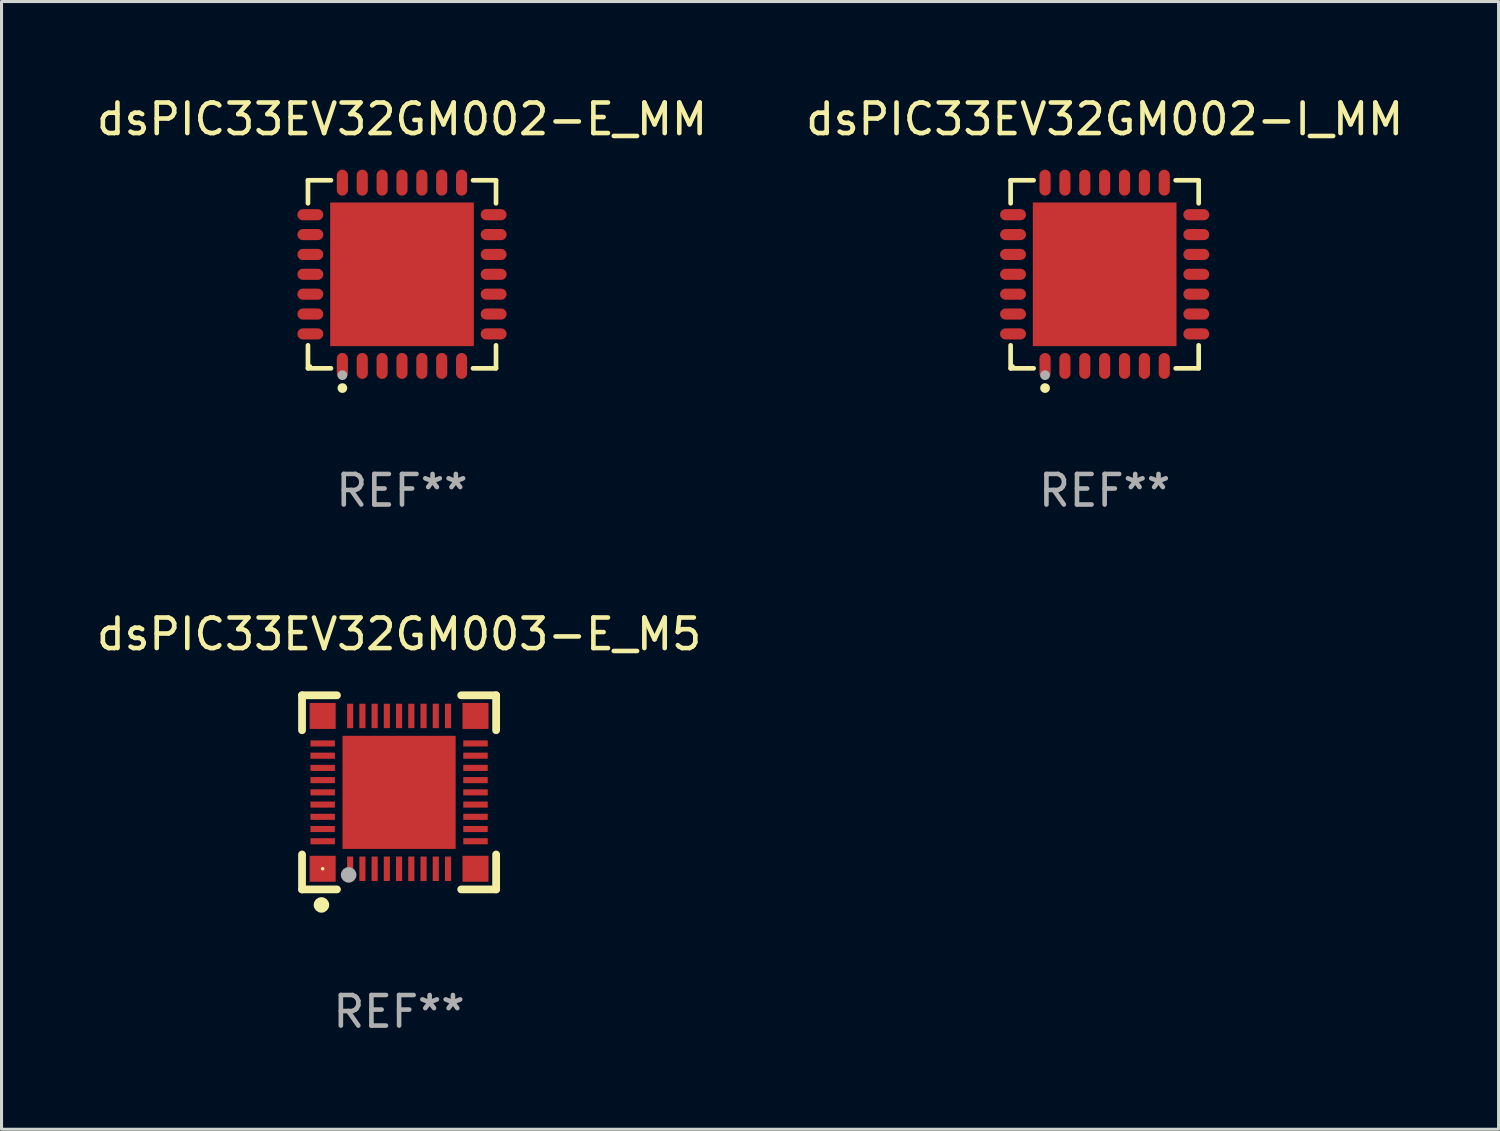
<source format=kicad_pcb>
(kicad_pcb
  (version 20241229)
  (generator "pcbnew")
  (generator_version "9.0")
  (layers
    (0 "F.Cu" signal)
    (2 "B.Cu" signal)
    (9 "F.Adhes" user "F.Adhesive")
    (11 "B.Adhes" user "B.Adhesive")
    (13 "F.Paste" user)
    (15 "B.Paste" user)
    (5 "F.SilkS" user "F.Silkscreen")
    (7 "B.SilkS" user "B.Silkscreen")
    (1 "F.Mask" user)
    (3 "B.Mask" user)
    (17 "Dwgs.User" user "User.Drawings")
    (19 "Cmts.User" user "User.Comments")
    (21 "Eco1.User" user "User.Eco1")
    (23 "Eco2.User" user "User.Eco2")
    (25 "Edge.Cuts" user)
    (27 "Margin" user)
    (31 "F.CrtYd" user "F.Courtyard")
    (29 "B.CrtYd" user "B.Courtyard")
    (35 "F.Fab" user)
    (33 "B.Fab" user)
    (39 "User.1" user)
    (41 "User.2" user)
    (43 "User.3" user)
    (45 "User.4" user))
  (footprint "dsPIC33EV32GM002-E_MM"
    (layer "F.Cu")
    (at 10.101 5.924)
    (property "Reference" "dsPIC33EV32GM002-E_MM" (at 0 -5.076 0) (layer "F.SilkS") (effects (font (size 1 1) (thickness 0.15))))
    (attr through_hole)
    (fp_line (start -3.076 -3.076) (end -2.323 -3.076) (stroke (width 0.152) (type solid)) (layer "F.SilkS"))
    (fp_line (start -3.076 -2.323) (end -3.076 -3.076) (stroke (width 0.152) (type solid)) (layer "F.SilkS"))
    (fp_line (start -3.076 2.323) (end -3.076 3.076) (stroke (width 0.152) (type solid)) (layer "F.SilkS"))
    (fp_line (start -3.076 3.076) (end -2.323 3.076) (stroke (width 0.152) (type solid)) (layer "F.SilkS"))
    (fp_line (start 3.076 -3.076) (end 2.323 -3.076) (stroke (width 0.152) (type solid)) (layer "F.SilkS"))
    (fp_line (start 3.076 -2.323) (end 3.076 -3.076) (stroke (width 0.152) (type solid)) (layer "F.SilkS"))
    (fp_line (start 3.076 2.323) (end 3.076 3.076) (stroke (width 0.152) (type solid)) (layer "F.SilkS"))
    (fp_line (start 3.076 3.076) (end 2.323 3.076) (stroke (width 0.152) (type solid)) (layer "F.SilkS"))
    (fp_circle (center -3 3) (end -2.97 3) (stroke (width 0.06) (type solid)) (fill no) (layer "F.SilkS"))
    (fp_circle (center -1.95 3.722) (end -1.87 3.722) (stroke (width 0.16) (type solid)) (fill no) (layer "F.SilkS"))
    (fp_circle (center -1.95 3.3) (end -1.87 3.3) (stroke (width 0.16) (type solid)) (fill no) (layer "F.Fab"))
    (fp_text user "REF**" (at 0 7.076 0) (layer "F.Fab") (effects (font (size 1 1) (thickness 0.15))))
    (pad "1" smd oval (at -1.95 2.998) (size 0.364 0.847) (layers "F.Cu" "F.Mask" "F.Paste"))
    (pad "2" smd oval (at -1.3 2.998) (size 0.364 0.847) (layers "F.Cu" "F.Mask" "F.Paste"))
    (pad "3" smd oval (at -0.65 2.998) (size 0.364 0.847) (layers "F.Cu" "F.Mask" "F.Paste"))
    (pad "4" smd oval (at 0 2.998) (size 0.364 0.847) (layers "F.Cu" "F.Mask" "F.Paste"))
    (pad "5" smd oval (at 0.65 2.998) (size 0.364 0.847) (layers "F.Cu" "F.Mask" "F.Paste"))
    (pad "6" smd oval (at 1.3 2.998) (size 0.364 0.847) (layers "F.Cu" "F.Mask" "F.Paste"))
    (pad "7" smd oval (at 1.95 2.998) (size 0.364 0.847) (layers "F.Cu" "F.Mask" "F.Paste"))
    (pad "8" smd oval (at 2.998 1.95) (size 0.847 0.364) (layers "F.Cu" "F.Mask" "F.Paste"))
    (pad "9" smd oval (at 2.998 1.3) (size 0.847 0.364) (layers "F.Cu" "F.Mask" "F.Paste"))
    (pad "10" smd oval (at 2.998 0.65) (size 0.847 0.364) (layers "F.Cu" "F.Mask" "F.Paste"))
    (pad "11" smd oval (at 2.998 0) (size 0.847 0.364) (layers "F.Cu" "F.Mask" "F.Paste"))
    (pad "12" smd oval (at 2.998 -0.65) (size 0.847 0.364) (layers "F.Cu" "F.Mask" "F.Paste"))
    (pad "13" smd oval (at 2.998 -1.3) (size 0.847 0.364) (layers "F.Cu" "F.Mask" "F.Paste"))
    (pad "14" smd oval (at 2.998 -1.95) (size 0.847 0.364) (layers "F.Cu" "F.Mask" "F.Paste"))
    (pad "15" smd oval (at 1.95 -2.998) (size 0.364 0.847) (layers "F.Cu" "F.Mask" "F.Paste"))
    (pad "16" smd oval (at 1.3 -2.998) (size 0.364 0.847) (layers "F.Cu" "F.Mask" "F.Paste"))
    (pad "17" smd oval (at 0.65 -2.998) (size 0.364 0.847) (layers "F.Cu" "F.Mask" "F.Paste"))
    (pad "18" smd oval (at 0 -2.998) (size 0.364 0.847) (layers "F.Cu" "F.Mask" "F.Paste"))
    (pad "19" smd oval (at -0.65 -2.998) (size 0.364 0.847) (layers "F.Cu" "F.Mask" "F.Paste"))
    (pad "20" smd oval (at -1.3 -2.998) (size 0.364 0.847) (layers "F.Cu" "F.Mask" "F.Paste"))
    (pad "21" smd oval (at -1.95 -2.998) (size 0.364 0.847) (layers "F.Cu" "F.Mask" "F.Paste"))
    (pad "22" smd oval (at -2.998 -1.95) (size 0.847 0.364) (layers "F.Cu" "F.Mask" "F.Paste"))
    (pad "23" smd oval (at -2.998 -1.3) (size 0.847 0.364) (layers "F.Cu" "F.Mask" "F.Paste"))
    (pad "24" smd oval (at -2.998 -0.65) (size 0.847 0.364) (layers "F.Cu" "F.Mask" "F.Paste"))
    (pad "25" smd oval (at -2.998 0) (size 0.847 0.364) (layers "F.Cu" "F.Mask" "F.Paste"))
    (pad "26" smd oval (at -2.998 0.65) (size 0.847 0.364) (layers "F.Cu" "F.Mask" "F.Paste"))
    (pad "27" smd oval (at -2.998 1.3) (size 0.847 0.364) (layers "F.Cu" "F.Mask" "F.Paste"))
    (pad "28" smd oval (at -2.998 1.95) (size 0.847 0.364) (layers "F.Cu" "F.Mask" "F.Paste"))
    (pad "29" smd rect (at 0 0) (size 4.7 4.7) (layers "F.Cu" "F.Mask" "F.Paste")))
  (footprint "dsPIC33EV32GM002-I_MM"
    (layer "F.Cu")
    (at 33.089 5.924)
    (property "Reference" "dsPIC33EV32GM002-I_MM" (at 0 -5.076 0) (layer "F.SilkS") (effects (font (size 1 1) (thickness 0.15))))
    (attr through_hole)
    (fp_line (start -3.076 -3.076) (end -2.323 -3.076) (stroke (width 0.152) (type solid)) (layer "F.SilkS"))
    (fp_line (start -3.076 -2.323) (end -3.076 -3.076) (stroke (width 0.152) (type solid)) (layer "F.SilkS"))
    (fp_line (start -3.076 2.323) (end -3.076 3.076) (stroke (width 0.152) (type solid)) (layer "F.SilkS"))
    (fp_line (start -3.076 3.076) (end -2.323 3.076) (stroke (width 0.152) (type solid)) (layer "F.SilkS"))
    (fp_line (start 3.076 -3.076) (end 2.323 -3.076) (stroke (width 0.152) (type solid)) (layer "F.SilkS"))
    (fp_line (start 3.076 -2.323) (end 3.076 -3.076) (stroke (width 0.152) (type solid)) (layer "F.SilkS"))
    (fp_line (start 3.076 2.323) (end 3.076 3.076) (stroke (width 0.152) (type solid)) (layer "F.SilkS"))
    (fp_line (start 3.076 3.076) (end 2.323 3.076) (stroke (width 0.152) (type solid)) (layer "F.SilkS"))
    (fp_circle (center -3 3) (end -2.97 3) (stroke (width 0.06) (type solid)) (fill no) (layer "F.SilkS"))
    (fp_circle (center -1.95 3.722) (end -1.87 3.722) (stroke (width 0.16) (type solid)) (fill no) (layer "F.SilkS"))
    (fp_circle (center -1.95 3.3) (end -1.87 3.3) (stroke (width 0.16) (type solid)) (fill no) (layer "F.Fab"))
    (fp_text user "REF**" (at 0 7.076 0) (layer "F.Fab") (effects (font (size 1 1) (thickness 0.15))))
    (pad "1" smd oval (at -1.95 2.998) (size 0.364 0.847) (layers "F.Cu" "F.Mask" "F.Paste"))
    (pad "2" smd oval (at -1.3 2.998) (size 0.364 0.847) (layers "F.Cu" "F.Mask" "F.Paste"))
    (pad "3" smd oval (at -0.65 2.998) (size 0.364 0.847) (layers "F.Cu" "F.Mask" "F.Paste"))
    (pad "4" smd oval (at 0 2.998) (size 0.364 0.847) (layers "F.Cu" "F.Mask" "F.Paste"))
    (pad "5" smd oval (at 0.65 2.998) (size 0.364 0.847) (layers "F.Cu" "F.Mask" "F.Paste"))
    (pad "6" smd oval (at 1.3 2.998) (size 0.364 0.847) (layers "F.Cu" "F.Mask" "F.Paste"))
    (pad "7" smd oval (at 1.95 2.998) (size 0.364 0.847) (layers "F.Cu" "F.Mask" "F.Paste"))
    (pad "8" smd oval (at 2.998 1.95) (size 0.847 0.364) (layers "F.Cu" "F.Mask" "F.Paste"))
    (pad "9" smd oval (at 2.998 1.3) (size 0.847 0.364) (layers "F.Cu" "F.Mask" "F.Paste"))
    (pad "10" smd oval (at 2.998 0.65) (size 0.847 0.364) (layers "F.Cu" "F.Mask" "F.Paste"))
    (pad "11" smd oval (at 2.998 0) (size 0.847 0.364) (layers "F.Cu" "F.Mask" "F.Paste"))
    (pad "12" smd oval (at 2.998 -0.65) (size 0.847 0.364) (layers "F.Cu" "F.Mask" "F.Paste"))
    (pad "13" smd oval (at 2.998 -1.3) (size 0.847 0.364) (layers "F.Cu" "F.Mask" "F.Paste"))
    (pad "14" smd oval (at 2.998 -1.95) (size 0.847 0.364) (layers "F.Cu" "F.Mask" "F.Paste"))
    (pad "15" smd oval (at 1.95 -2.998) (size 0.364 0.847) (layers "F.Cu" "F.Mask" "F.Paste"))
    (pad "16" smd oval (at 1.3 -2.998) (size 0.364 0.847) (layers "F.Cu" "F.Mask" "F.Paste"))
    (pad "17" smd oval (at 0.65 -2.998) (size 0.364 0.847) (layers "F.Cu" "F.Mask" "F.Paste"))
    (pad "18" smd oval (at 0 -2.998) (size 0.364 0.847) (layers "F.Cu" "F.Mask" "F.Paste"))
    (pad "19" smd oval (at -0.65 -2.998) (size 0.364 0.847) (layers "F.Cu" "F.Mask" "F.Paste"))
    (pad "20" smd oval (at -1.3 -2.998) (size 0.364 0.847) (layers "F.Cu" "F.Mask" "F.Paste"))
    (pad "21" smd oval (at -1.95 -2.998) (size 0.364 0.847) (layers "F.Cu" "F.Mask" "F.Paste"))
    (pad "22" smd oval (at -2.998 -1.95) (size 0.847 0.364) (layers "F.Cu" "F.Mask" "F.Paste"))
    (pad "23" smd oval (at -2.998 -1.3) (size 0.847 0.364) (layers "F.Cu" "F.Mask" "F.Paste"))
    (pad "24" smd oval (at -2.998 -0.65) (size 0.847 0.364) (layers "F.Cu" "F.Mask" "F.Paste"))
    (pad "25" smd oval (at -2.998 0) (size 0.847 0.364) (layers "F.Cu" "F.Mask" "F.Paste"))
    (pad "26" smd oval (at -2.998 0.65) (size 0.847 0.364) (layers "F.Cu" "F.Mask" "F.Paste"))
    (pad "27" smd oval (at -2.998 1.3) (size 0.847 0.364) (layers "F.Cu" "F.Mask" "F.Paste"))
    (pad "28" smd oval (at -2.998 1.95) (size 0.847 0.364) (layers "F.Cu" "F.Mask" "F.Paste"))
    (pad "29" smd rect (at 0 0) (size 4.7 4.7) (layers "F.Cu" "F.Mask" "F.Paste")))
  (footprint "dsPIC33EV32GM003-E_M5"
    (layer "F.Cu")
    (at 10.006 22.872)
    (property "Reference" "dsPIC33EV32GM003-E_M5" (at 0 -5.175 0) (layer "F.SilkS") (effects (font (size 1 1) (thickness 0.15))))
    (attr through_hole)
    (fp_line (start -3.175 -3.175) (end -2.032 -3.175) (stroke (width 0.254) (type solid)) (layer "F.SilkS"))
    (fp_line (start -3.175 -2.032) (end -3.175 -3.175) (stroke (width 0.254) (type solid)) (layer "F.SilkS"))
    (fp_line (start -3.175 3.175) (end -3.175 2.032) (stroke (width 0.254) (type solid)) (layer "F.SilkS"))
    (fp_line (start -2.032 3.175) (end -3.175 3.175) (stroke (width 0.254) (type solid)) (layer "F.SilkS"))
    (fp_line (start 2.032 -3.175) (end 3.175 -3.175) (stroke (width 0.254) (type solid)) (layer "F.SilkS"))
    (fp_line (start 3.175 -3.175) (end 3.175 -2.032) (stroke (width 0.254) (type solid)) (layer "F.SilkS"))
    (fp_line (start 3.175 2.032) (end 3.175 3.175) (stroke (width 0.254) (type solid)) (layer "F.SilkS"))
    (fp_line (start 3.175 3.175) (end 2.032 3.175) (stroke (width 0.254) (type solid)) (layer "F.SilkS"))
    (fp_circle (center -2.54 3.683) (end -2.413 3.683) (stroke (width 0.254) (type solid)) (fill no) (layer "F.SilkS"))
    (fp_circle (center -2.5 2.5) (end -2.47 2.5) (stroke (width 0.06) (type solid)) (fill no) (layer "F.SilkS"))
    (fp_circle (center -1.65 2.7) (end -1.523 2.7) (stroke (width 0.254) (type solid)) (fill no) (layer "F.Fab"))
    (fp_text user "REF**" (at 0 7.175 0) (layer "F.Fab") (effects (font (size 1 1) (thickness 0.15))))
    (pad "1" smd rect (at -1.6 2.5) (size 0.2 0.8) (layers "F.Cu" "F.Mask" "F.Paste"))
    (pad "2" smd rect (at -1.2 2.5) (size 0.2 0.8) (layers "F.Cu" "F.Mask" "F.Paste"))
    (pad "3" smd rect (at -0.8 2.5) (size 0.2 0.8) (layers "F.Cu" "F.Mask" "F.Paste"))
    (pad "4" smd rect (at -0.4 2.5) (size 0.2 0.8) (layers "F.Cu" "F.Mask" "F.Paste"))
    (pad "5" smd rect (at -0.000051 2.5) (size 0.2 0.8) (layers "F.Cu" "F.Mask" "F.Paste"))
    (pad "6" smd rect (at 0.4 2.5) (size 0.2 0.8) (layers "F.Cu" "F.Mask" "F.Paste"))
    (pad "7" smd rect (at 0.8 2.5) (size 0.2 0.8) (layers "F.Cu" "F.Mask" "F.Paste"))
    (pad "8" smd rect (at 1.2 2.5) (size 0.2 0.8) (layers "F.Cu" "F.Mask" "F.Paste"))
    (pad "9" smd rect (at 1.6 2.5) (size 0.2 0.8) (layers "F.Cu" "F.Mask" "F.Paste"))
    (pad "10" smd rect (at 2.5 1.6 90) (size 0.2 0.8) (layers "F.Cu" "F.Mask" "F.Paste"))
    (pad "11" smd rect (at 2.5 1.2 90) (size 0.2 0.8) (layers "F.Cu" "F.Mask" "F.Paste"))
    (pad "12" smd rect (at 2.5 0.8 90) (size 0.2 0.8) (layers "F.Cu" "F.Mask" "F.Paste"))
    (pad "13" smd rect (at 2.5 0.4 90) (size 0.2 0.8) (layers "F.Cu" "F.Mask" "F.Paste"))
    (pad "14" smd rect (at 2.5 -0.000051 90) (size 0.2 0.8) (layers "F.Cu" "F.Mask" "F.Paste"))
    (pad "15" smd rect (at 2.5 -0.4 90) (size 0.2 0.8) (layers "F.Cu" "F.Mask" "F.Paste"))
    (pad "16" smd rect (at 2.5 -0.8 90) (size 0.2 0.8) (layers "F.Cu" "F.Mask" "F.Paste"))
    (pad "17" smd rect (at 2.5 -1.2 90) (size 0.2 0.8) (layers "F.Cu" "F.Mask" "F.Paste"))
    (pad "18" smd rect (at 2.5 -1.6 90) (size 0.2 0.8) (layers "F.Cu" "F.Mask" "F.Paste"))
    (pad "19" smd rect (at 1.6 -2.5 180) (size 0.2 0.8) (layers "F.Cu" "F.Mask" "F.Paste"))
    (pad "20" smd rect (at 1.2 -2.5 180) (size 0.2 0.8) (layers "F.Cu" "F.Mask" "F.Paste"))
    (pad "21" smd rect (at 0.8 -2.5 180) (size 0.2 0.8) (layers "F.Cu" "F.Mask" "F.Paste"))
    (pad "22" smd rect (at 0.4 -2.5 180) (size 0.2 0.8) (layers "F.Cu" "F.Mask" "F.Paste"))
    (pad "23" smd rect (at -0.000051 -2.5 180) (size 0.2 0.8) (layers "F.Cu" "F.Mask" "F.Paste"))
    (pad "24" smd rect (at -0.4 -2.5 180) (size 0.2 0.8) (layers "F.Cu" "F.Mask" "F.Paste"))
    (pad "25" smd rect (at -0.8 -2.5 180) (size 0.2 0.8) (layers "F.Cu" "F.Mask" "F.Paste"))
    (pad "26" smd rect (at -1.2 -2.5 180) (size 0.2 0.8) (layers "F.Cu" "F.Mask" "F.Paste"))
    (pad "27" smd rect (at -1.6 -2.5 180) (size 0.2 0.8) (layers "F.Cu" "F.Mask" "F.Paste"))
    (pad "28" smd rect (at -2.5 -1.6 270) (size 0.2 0.8) (layers "F.Cu" "F.Mask" "F.Paste"))
    (pad "29" smd rect (at -2.5 -1.2 270) (size 0.2 0.8) (layers "F.Cu" "F.Mask" "F.Paste"))
    (pad "30" smd rect (at -2.5 -0.8 270) (size 0.2 0.8) (layers "F.Cu" "F.Mask" "F.Paste"))
    (pad "31" smd rect (at -2.5 -0.4 270) (size 0.2 0.8) (layers "F.Cu" "F.Mask" "F.Paste"))
    (pad "32" smd rect (at -2.5 -0.000051 270) (size 0.2 0.8) (layers "F.Cu" "F.Mask" "F.Paste"))
    (pad "33" smd rect (at -2.5 0.4 270) (size 0.2 0.8) (layers "F.Cu" "F.Mask" "F.Paste"))
    (pad "34" smd rect (at -2.5 0.8 270) (size 0.2 0.8) (layers "F.Cu" "F.Mask" "F.Paste"))
    (pad "35" smd rect (at -2.5 1.2 270) (size 0.2 0.8) (layers "F.Cu" "F.Mask" "F.Paste"))
    (pad "36" smd rect (at -2.5 1.6 270) (size 0.2 0.8) (layers "F.Cu" "F.Mask" "F.Paste"))
    (pad "37" smd rect (at -2.5 -2.5) (size 0.85 0.85) (layers "F.Cu" "F.Mask" "F.Paste"))
    (pad "37" smd rect (at -2.5 2.5) (size 0.85 0.85) (layers "F.Cu" "F.Mask" "F.Paste"))
    (pad "37" smd rect (at -0.000051 -0.000051) (size 3.7 3.7) (layers "F.Cu" "F.Mask" "F.Paste"))
    (pad "37" smd rect (at 2.5 -2.5) (size 0.85 0.85) (layers "F.Cu" "F.Mask" "F.Paste"))
    (pad "37" smd rect (at 2.5 2.5) (size 0.85 0.85) (layers "F.Cu" "F.Mask" "F.Paste")))
  (gr_rect
    (start -3 -3)
    (end 45.976 33.895)
    (stroke (width 0.1) (type default))
    (fill no)
    (layer "Edge.Cuts")))
</source>
